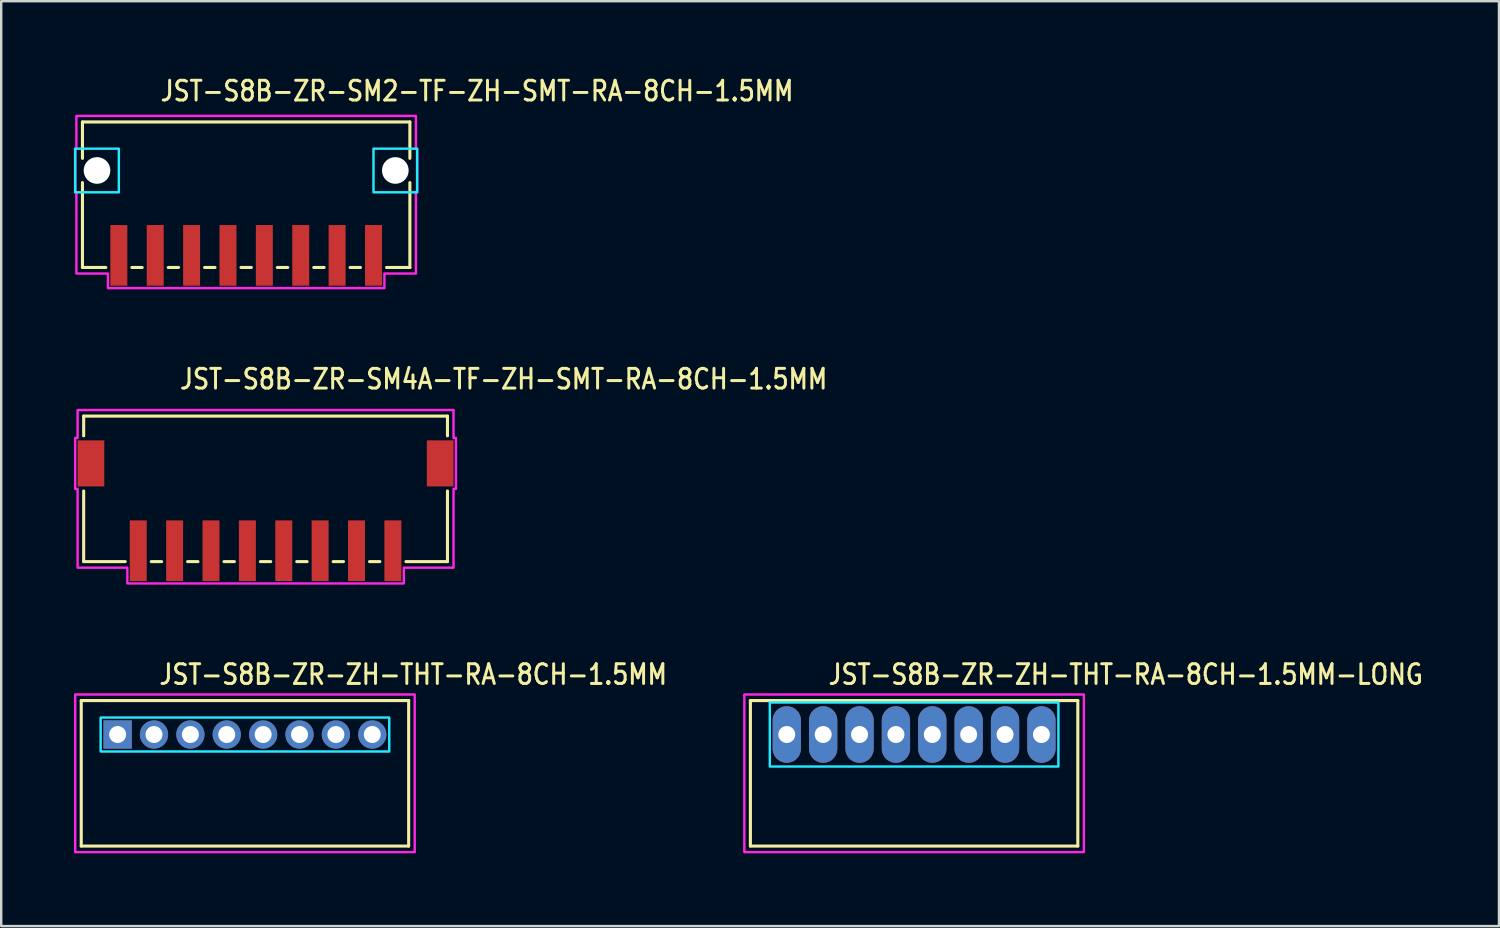
<source format=kicad_pcb>
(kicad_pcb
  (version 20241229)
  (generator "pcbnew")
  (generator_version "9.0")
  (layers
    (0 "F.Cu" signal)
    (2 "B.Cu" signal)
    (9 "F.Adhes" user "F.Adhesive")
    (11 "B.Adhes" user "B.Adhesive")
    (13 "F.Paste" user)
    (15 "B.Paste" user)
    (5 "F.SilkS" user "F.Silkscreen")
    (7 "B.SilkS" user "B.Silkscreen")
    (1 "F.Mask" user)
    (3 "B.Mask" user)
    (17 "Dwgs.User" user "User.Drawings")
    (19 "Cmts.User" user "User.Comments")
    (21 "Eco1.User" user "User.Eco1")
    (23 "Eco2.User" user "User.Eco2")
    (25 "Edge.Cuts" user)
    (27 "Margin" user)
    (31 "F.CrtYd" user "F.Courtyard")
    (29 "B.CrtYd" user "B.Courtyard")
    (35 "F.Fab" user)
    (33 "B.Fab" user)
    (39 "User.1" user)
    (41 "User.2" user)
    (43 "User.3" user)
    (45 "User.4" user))
  (footprint "JST-S8B-ZR-ZH-THT-RA-8CH-1.5MM"
    (layer "F.Cu")
    (at 7.05 27.236)
    (property "Reference" "JST-S8B-ZR-ZH-THT-RA-8CH-1.5MM" (at -3.6 -2 0) (unlocked yes) (layer "F.SilkS") (effects (font (size 0.813 0.695) (thickness 0.122)) (justify left bottom)))
    (fp_line (start -6.75 -1.4) (end 6.75 -1.4) (stroke (width 0.127) (type solid)) (layer "F.SilkS"))
    (fp_line (start -6.75 4.6) (end -6.75 -1.4) (stroke (width 0.127) (type solid)) (layer "F.SilkS"))
    (fp_line (start -6.75 4.6) (end 6.75 4.6) (stroke (width 0.127) (type solid)) (layer "F.SilkS"))
    (fp_line (start 6.75 -1.4) (end 6.75 4.6) (stroke (width 0.127) (type solid)) (layer "F.SilkS"))
    (fp_poly (pts (xy -5.95 -0.7) (xy -5.95 0.7) (xy 5.95 0.7) (xy 5.95 -0.7)) (stroke (width 0.1) (type solid)) (fill no) (layer "B.CrtYd"))
    (fp_poly (pts (xy -7 -1.65) (xy -7 4.85) (xy 7 4.85) (xy 7 -1.65)) (stroke (width 0.1) (type solid)) (fill no) (layer "F.CrtYd"))
    (pad "1" thru_hole rect (at -5.25 0) (size 1.167 1.167) (drill 0.7) (layers "*.Cu" "*.Mask"))
    (pad "2" thru_hole oval (at -3.75 0) (size 1.167 1.167) (drill 0.7) (layers "*.Cu" "*.Mask"))
    (pad "3" thru_hole oval (at -2.25 0) (size 1.167 1.167) (drill 0.7) (layers "*.Cu" "*.Mask"))
    (pad "4" thru_hole oval (at -0.75 0) (size 1.167 1.167) (drill 0.7) (layers "*.Cu" "*.Mask"))
    (pad "5" thru_hole oval (at 0.75 0) (size 1.167 1.167) (drill 0.7) (layers "*.Cu" "*.Mask"))
    (pad "6" thru_hole oval (at 2.25 0) (size 1.167 1.167) (drill 0.7) (layers "*.Cu" "*.Mask"))
    (pad "7" thru_hole oval (at 3.75 0) (size 1.167 1.167) (drill 0.7) (layers "*.Cu" "*.Mask"))
    (pad "8" thru_hole oval (at 5.25 0) (size 1.167 1.167) (drill 0.7) (layers "*.Cu" "*.Mask")))
  (footprint "JST-S8B-ZR-SM2-TF-ZH-SMT-RA-8CH-1.5MM"
    (layer "F.Cu")
    (at 7.1 3.979)
    (property "Reference" "JST-S8B-ZR-SM2-TF-ZH-SMT-RA-8CH-1.5MM" (at -3.6 -2.8 0) (unlocked yes) (layer "F.SilkS") (effects (font (size 0.813 0.695) (thickness 0.122)) (justify left bottom)))
    (fp_line (start -6.75 -2) (end -6.75 -0.5) (stroke (width 0.127) (type solid)) (layer "F.SilkS"))
    (fp_line (start -6.75 -2) (end 6.75 -2) (stroke (width 0.127) (type solid)) (layer "F.SilkS"))
    (fp_line (start -6.75 4) (end -6.75 0.5) (stroke (width 0.127) (type solid)) (layer "F.SilkS"))
    (fp_line (start -6.75 4) (end -5.787 4) (stroke (width 0.127) (type solid)) (layer "F.SilkS"))
    (fp_line (start -4.713 4) (end -4.287 4) (stroke (width 0.127) (type solid)) (layer "F.SilkS"))
    (fp_line (start -3.213 4) (end -2.787 4) (stroke (width 0.127) (type solid)) (layer "F.SilkS"))
    (fp_line (start -1.714 4) (end -1.286 4) (stroke (width 0.127) (type solid)) (layer "F.SilkS"))
    (fp_line (start -0.213 4) (end 0.213 4) (stroke (width 0.127) (type solid)) (layer "F.SilkS"))
    (fp_line (start 1.286 4) (end 1.714 4) (stroke (width 0.127) (type solid)) (layer "F.SilkS"))
    (fp_line (start 2.787 4) (end 3.213 4) (stroke (width 0.127) (type solid)) (layer "F.SilkS"))
    (fp_line (start 4.287 4) (end 4.713 4) (stroke (width 0.127) (type solid)) (layer "F.SilkS"))
    (fp_line (start 5.787 4) (end 6.75 4) (stroke (width 0.127) (type solid)) (layer "F.SilkS"))
    (fp_line (start 6.75 -0.5) (end 6.75 -2) (stroke (width 0.127) (type solid)) (layer "F.SilkS"))
    (fp_line (start 6.75 0.5) (end 6.75 4) (stroke (width 0.127) (type solid)) (layer "F.SilkS"))
    (fp_poly (pts (xy -7.05 -0.9) (xy -7.05 0.9) (xy -5.25 0.9) (xy -5.25 -0.9)) (stroke (width 0.1) (type solid)) (fill no) (layer "B.CrtYd"))
    (fp_poly (pts (xy 7.05 -0.9) (xy 7.05 0.9) (xy 5.25 0.9) (xy 5.25 -0.9)) (stroke (width 0.1) (type solid)) (fill no) (layer "B.CrtYd"))
    (fp_poly (pts (xy -7 -2.25) (xy -7 -0.9) (xy -7.05 -0.9) (xy -7.05 0.9) (xy -7 0.9) (xy -7 4.25) (xy -5.7 4.25) (xy -5.7 4.85) (xy 5.7 4.85) (xy 5.7 4.25) (xy 7 4.25) (xy 7 0.9) (xy 7.05 0.9) (xy 7.05 -0.9) (xy 7 -0.9) (xy 7 -2.25)) (stroke (width 0.1) (type solid)) (fill no) (layer "F.CrtYd"))
    (pad "" np_thru_hole circle (at -6.15 0) (size 1.1 1.1) (drill 1.1) (layers "*.Cu" "*.Mask"))
    (pad "" np_thru_hole circle (at 6.15 0) (size 1.1 1.1) (drill 1.1) (layers "*.Cu" "*.Mask"))
    (pad "1" smd rect (at 5.25 3.5) (size 0.7 2.5) (layers "F.Cu" "F.Mask" "F.Paste"))
    (pad "2" smd rect (at 3.75 3.5) (size 0.7 2.5) (layers "F.Cu" "F.Mask" "F.Paste"))
    (pad "3" smd rect (at 2.25 3.5) (size 0.7 2.5) (layers "F.Cu" "F.Mask" "F.Paste"))
    (pad "4" smd rect (at 0.75 3.5) (size 0.7 2.5) (layers "F.Cu" "F.Mask" "F.Paste"))
    (pad "5" smd rect (at -0.75 3.5) (size 0.7 2.5) (layers "F.Cu" "F.Mask" "F.Paste"))
    (pad "6" smd rect (at -2.25 3.5) (size 0.7 2.5) (layers "F.Cu" "F.Mask" "F.Paste"))
    (pad "7" smd rect (at -3.75 3.5) (size 0.7 2.5) (layers "F.Cu" "F.Mask" "F.Paste"))
    (pad "8" smd rect (at -5.25 3.5) (size 0.7 2.5) (layers "F.Cu" "F.Mask" "F.Paste")))
  (footprint "JST-S8B-ZR-ZH-THT-RA-8CH-1.5MM-LONG"
    (layer "F.Cu")
    (at 34.641 27.236)
    (property "Reference" "JST-S8B-ZR-ZH-THT-RA-8CH-1.5MM-LONG" (at -3.6 -2 0) (unlocked yes) (layer "F.SilkS") (effects (font (size 0.813 0.695) (thickness 0.122)) (justify left bottom)))
    (fp_line (start -6.75 -1.4) (end 6.75 -1.4) (stroke (width 0.127) (type solid)) (layer "F.SilkS"))
    (fp_line (start -6.75 4.6) (end -6.75 -1.4) (stroke (width 0.127) (type solid)) (layer "F.SilkS"))
    (fp_line (start -6.75 4.6) (end 6.75 4.6) (stroke (width 0.127) (type solid)) (layer "F.SilkS"))
    (fp_line (start 6.75 -1.4) (end 6.75 4.6) (stroke (width 0.127) (type solid)) (layer "F.SilkS"))
    (fp_poly (pts (xy -5.95 -1.32) (xy -5.95 1.32) (xy 5.95 1.32) (xy 5.95 -1.32)) (stroke (width 0.1) (type solid)) (fill no) (layer "B.CrtYd"))
    (fp_poly (pts (xy -7 -1.65) (xy -7 4.85) (xy 7 4.85) (xy 7 -1.65)) (stroke (width 0.1) (type solid)) (fill no) (layer "F.CrtYd"))
    (pad "1" thru_hole oval (at -5.25 0 90) (size 2.333 1.167) (drill 0.7) (layers "*.Cu" "*.Mask"))
    (pad "2" thru_hole oval (at -3.75 0 90) (size 2.333 1.167) (drill 0.7) (layers "*.Cu" "*.Mask"))
    (pad "3" thru_hole oval (at -2.25 0 90) (size 2.333 1.167) (drill 0.7) (layers "*.Cu" "*.Mask"))
    (pad "4" thru_hole oval (at -0.75 0 90) (size 2.333 1.167) (drill 0.7) (layers "*.Cu" "*.Mask"))
    (pad "5" thru_hole oval (at 0.75 0 90) (size 2.333 1.167) (drill 0.7) (layers "*.Cu" "*.Mask"))
    (pad "6" thru_hole oval (at 2.25 0 90) (size 2.333 1.167) (drill 0.7) (layers "*.Cu" "*.Mask"))
    (pad "7" thru_hole oval (at 3.75 0 90) (size 2.333 1.167) (drill 0.7) (layers "*.Cu" "*.Mask"))
    (pad "8" thru_hole oval (at 5.25 0 90) (size 2.333 1.167) (drill 0.7) (layers "*.Cu" "*.Mask")))
  (footprint "JST-S8B-ZR-SM4A-TF-ZH-SMT-RA-8CH-1.5MM"
    (layer "F.Cu")
    (at 7.9 16.057)
    (property "Reference" "JST-S8B-ZR-SM4A-TF-ZH-SMT-RA-8CH-1.5MM" (at -3.6 -3 0) (unlocked yes) (layer "F.SilkS") (effects (font (size 0.813 0.695) (thickness 0.122)) (justify left bottom)))
    (fp_line (start -7.5 -1.95) (end -7.5 -1.137) (stroke (width 0.127) (type solid)) (layer "F.SilkS"))
    (fp_line (start -7.5 -1.95) (end 7.5 -1.95) (stroke (width 0.127) (type solid)) (layer "F.SilkS"))
    (fp_line (start -7.5 4.05) (end -7.5 1.137) (stroke (width 0.127) (type solid)) (layer "F.SilkS"))
    (fp_line (start -7.5 4.05) (end -5.787 4.05) (stroke (width 0.127) (type solid)) (layer "F.SilkS"))
    (fp_line (start -4.713 4.05) (end -4.287 4.05) (stroke (width 0.127) (type solid)) (layer "F.SilkS"))
    (fp_line (start -3.213 4.05) (end -2.787 4.05) (stroke (width 0.127) (type solid)) (layer "F.SilkS"))
    (fp_line (start -1.714 4.05) (end -1.286 4.05) (stroke (width 0.127) (type solid)) (layer "F.SilkS"))
    (fp_line (start -0.213 4.05) (end 0.213 4.05) (stroke (width 0.127) (type solid)) (layer "F.SilkS"))
    (fp_line (start 1.286 4.05) (end 1.714 4.05) (stroke (width 0.127) (type solid)) (layer "F.SilkS"))
    (fp_line (start 2.787 4.05) (end 3.213 4.05) (stroke (width 0.127) (type solid)) (layer "F.SilkS"))
    (fp_line (start 4.287 4.05) (end 4.713 4.05) (stroke (width 0.127) (type solid)) (layer "F.SilkS"))
    (fp_line (start 5.787 4.05) (end 7.5 4.05) (stroke (width 0.127) (type solid)) (layer "F.SilkS"))
    (fp_line (start 7.5 -1.137) (end 7.5 -1.95) (stroke (width 0.127) (type solid)) (layer "F.SilkS"))
    (fp_line (start 7.5 1.137) (end 7.5 4.05) (stroke (width 0.127) (type solid)) (layer "F.SilkS"))
    (fp_poly (pts (xy -7.75 -2.2) (xy -7.75 -1.05) (xy -7.85 -1.05) (xy -7.85 1.05) (xy -7.75 1.05) (xy -7.75 4.3) (xy -5.7 4.3) (xy -5.7 4.95) (xy 5.7 4.95) (xy 5.7 4.3) (xy 7.75 4.3) (xy 7.75 1.05) (xy 7.85 1.05) (xy 7.85 -1.05) (xy 7.75 -1.05) (xy 7.75 -2.2)) (stroke (width 0.1) (type solid)) (fill no) (layer "F.CrtYd"))
    (pad "1" smd rect (at 5.25 3.6) (size 0.7 2.5) (layers "F.Cu" "F.Mask" "F.Paste"))
    (pad "2" smd rect (at 3.75 3.6) (size 0.7 2.5) (layers "F.Cu" "F.Mask" "F.Paste"))
    (pad "3" smd rect (at 2.25 3.6) (size 0.7 2.5) (layers "F.Cu" "F.Mask" "F.Paste"))
    (pad "4" smd rect (at 0.75 3.6) (size 0.7 2.5) (layers "F.Cu" "F.Mask" "F.Paste"))
    (pad "5" smd rect (at -0.75 3.6) (size 0.7 2.5) (layers "F.Cu" "F.Mask" "F.Paste"))
    (pad "6" smd rect (at -2.25 3.6) (size 0.7 2.5) (layers "F.Cu" "F.Mask" "F.Paste"))
    (pad "7" smd rect (at -3.75 3.6) (size 0.7 2.5) (layers "F.Cu" "F.Mask" "F.Paste"))
    (pad "8" smd rect (at -5.25 3.6) (size 0.7 2.5) (layers "F.Cu" "F.Mask" "F.Paste"))
    (pad "S_1" smd rect (at -7.2 0) (size 1.1 1.9) (layers "F.Cu" "F.Mask" "F.Paste"))
    (pad "S_2" smd rect (at 7.2 0) (size 1.1 1.9) (layers "F.Cu" "F.Mask" "F.Paste")))
  (gr_rect
    (start -3 -3)
    (end 58.757 35.136)
    (stroke (width 0.1) (type default))
    (fill no)
    (layer "Edge.Cuts")))
</source>
